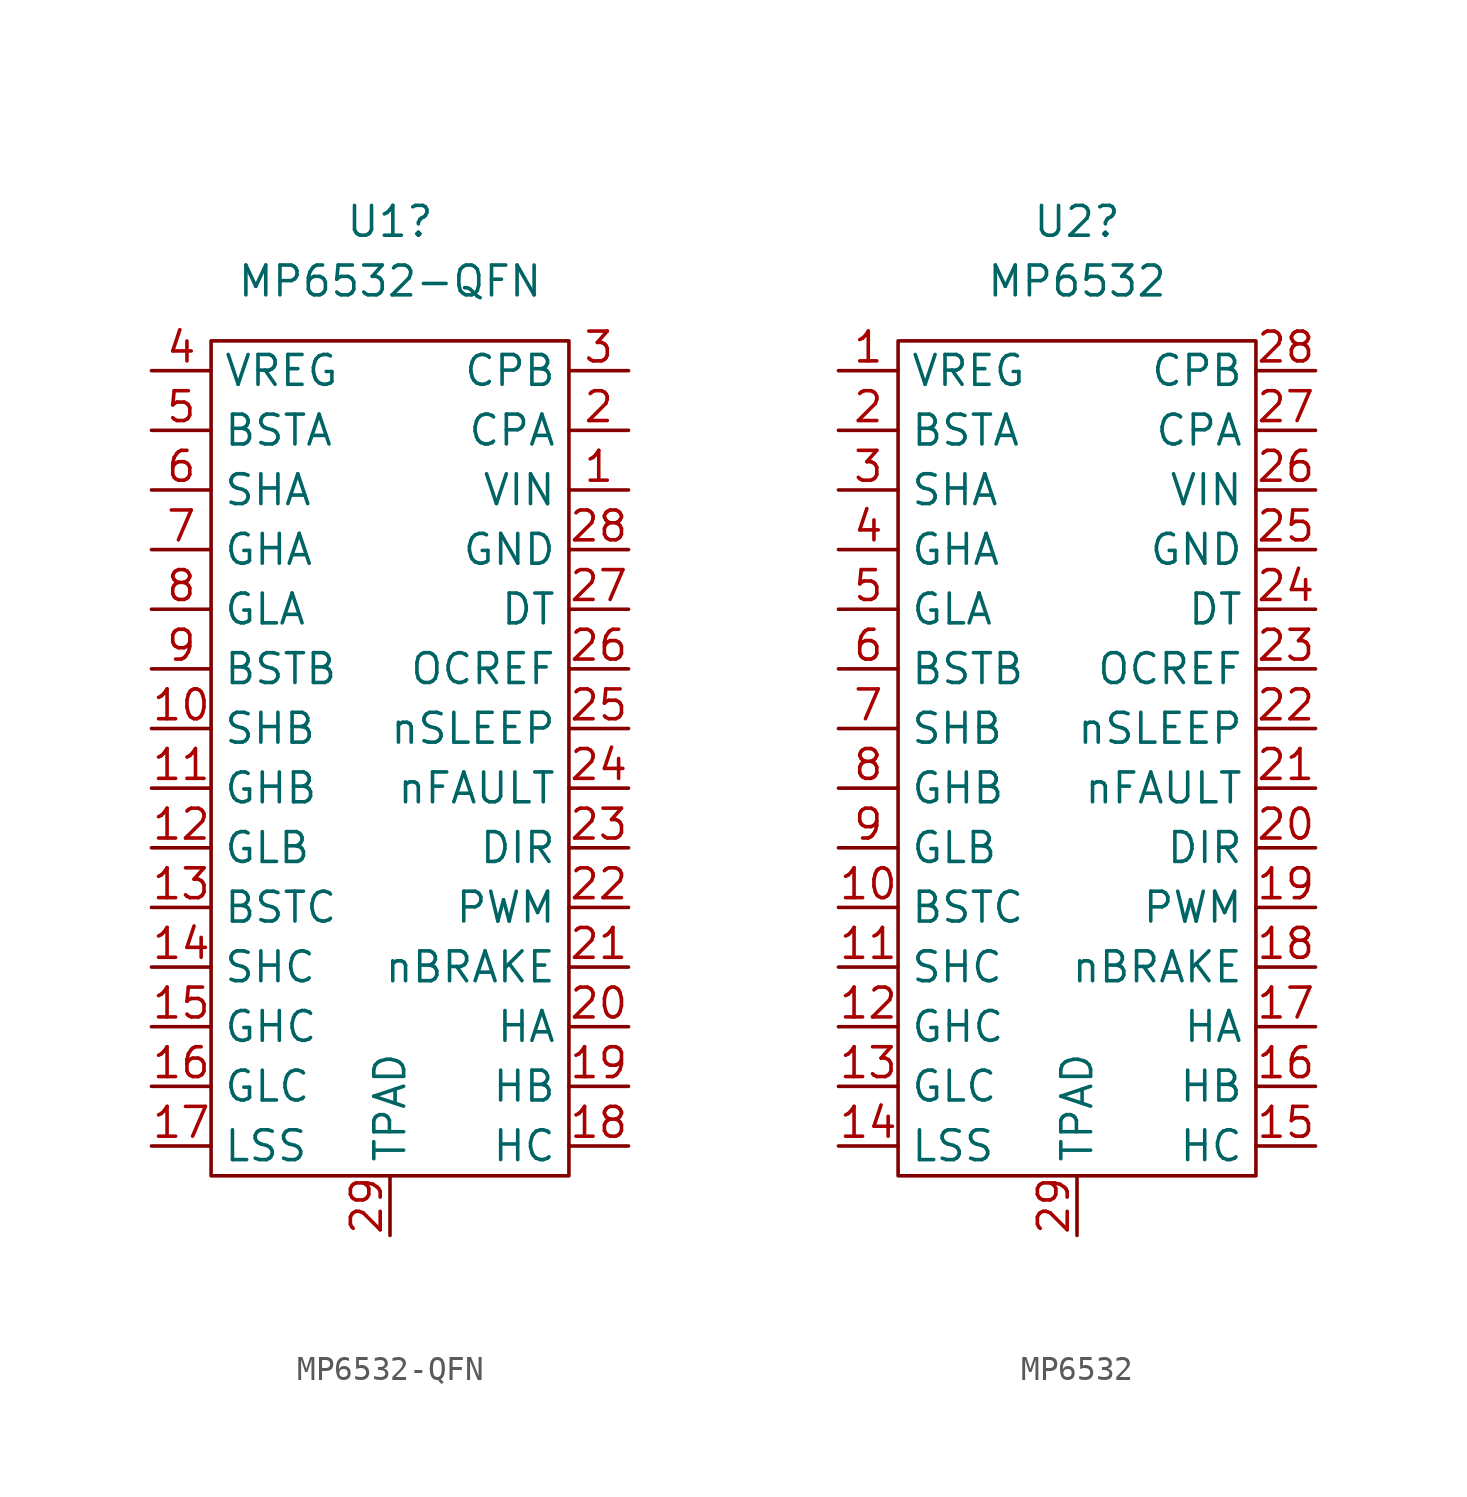
<source format=kicad_sym>
(kicad_symbol_lib
  (version 20211014)
  (generator kicad_symbol_editor)
  (symbol "MP6532-QFN"
    (property "Reference" "U1"
      (at 0 22.86 0)
      (effects (font (size 1.27 1.27))))
    (property "Value" "MP6532-QFN"
      (at 0 20.32 0)
      (effects (font (size 1.27 1.27))))
    (symbol "MP6532-QFN_0_1"
      (rectangle (start -7.62 17.78) (end 7.62 -17.78) (stroke (width 0) (type default) (color 0 0 0 0)) (fill (type none))))
    (symbol "MP6532-QFN_1_1"
      (pin input line (at 10.16 11.43 180) (length 2.54) (name "VIN" (effects (font (size 1.27 1.27)))) (number "1" (effects (font (size 1.27 1.27)))))
      (pin input line (at -10.16 1.27 0) (length 2.54) (name "SHB" (effects (font (size 1.27 1.27)))) (number "10" (effects (font (size 1.27 1.27)))))
      (pin input line (at -10.16 -1.27 0) (length 2.54) (name "GHB" (effects (font (size 1.27 1.27)))) (number "11" (effects (font (size 1.27 1.27)))))
      (pin input line (at -10.16 -3.81 0) (length 2.54) (name "GLB" (effects (font (size 1.27 1.27)))) (number "12" (effects (font (size 1.27 1.27)))))
      (pin input line (at -10.16 -6.35 0) (length 2.54) (name "BSTC" (effects (font (size 1.27 1.27)))) (number "13" (effects (font (size 1.27 1.27)))))
      (pin input line (at -10.16 -8.89 0) (length 2.54) (name "SHC" (effects (font (size 1.27 1.27)))) (number "14" (effects (font (size 1.27 1.27)))))
      (pin input line (at -10.16 -11.43 0) (length 2.54) (name "GHC" (effects (font (size 1.27 1.27)))) (number "15" (effects (font (size 1.27 1.27)))))
      (pin input line (at -10.16 -13.97 0) (length 2.54) (name "GLC" (effects (font (size 1.27 1.27)))) (number "16" (effects (font (size 1.27 1.27)))))
      (pin input line (at -10.16 -16.51 0) (length 2.54) (name "LSS" (effects (font (size 1.27 1.27)))) (number "17" (effects (font (size 1.27 1.27)))))
      (pin input line (at 10.16 -16.51 180) (length 2.54) (name "HC" (effects (font (size 1.27 1.27)))) (number "18" (effects (font (size 1.27 1.27)))))
      (pin input line (at 10.16 -13.97 180) (length 2.54) (name "HB" (effects (font (size 1.27 1.27)))) (number "19" (effects (font (size 1.27 1.27)))))
      (pin input line (at 10.16 13.97 180) (length 2.54) (name "CPA" (effects (font (size 1.27 1.27)))) (number "2" (effects (font (size 1.27 1.27)))))
      (pin input line (at 10.16 -11.43 180) (length 2.54) (name "HA" (effects (font (size 1.27 1.27)))) (number "20" (effects (font (size 1.27 1.27)))))
      (pin input line (at 10.16 -8.89 180) (length 2.54) (name "nBRAKE" (effects (font (size 1.27 1.27)))) (number "21" (effects (font (size 1.27 1.27)))))
      (pin input line (at 10.16 -6.35 180) (length 2.54) (name "PWM" (effects (font (size 1.27 1.27)))) (number "22" (effects (font (size 1.27 1.27)))))
      (pin input line (at 10.16 -3.81 180) (length 2.54) (name "DIR" (effects (font (size 1.27 1.27)))) (number "23" (effects (font (size 1.27 1.27)))))
      (pin input line (at 10.16 -1.27 180) (length 2.54) (name "nFAULT" (effects (font (size 1.27 1.27)))) (number "24" (effects (font (size 1.27 1.27)))))
      (pin input line (at 10.16 1.27 180) (length 2.54) (name "nSLEEP" (effects (font (size 1.27 1.27)))) (number "25" (effects (font (size 1.27 1.27)))))
      (pin input line (at 10.16 3.81 180) (length 2.54) (name "OCREF" (effects (font (size 1.27 1.27)))) (number "26" (effects (font (size 1.27 1.27)))))
      (pin input line (at 10.16 6.35 180) (length 2.54) (name "DT" (effects (font (size 1.27 1.27)))) (number "27" (effects (font (size 1.27 1.27)))))
      (pin input line (at 10.16 8.89 180) (length 2.54) (name "GND" (effects (font (size 1.27 1.27)))) (number "28" (effects (font (size 1.27 1.27)))))
      (pin input line (at 0 -20.32 90) (length 2.54) (name "TPAD" (effects (font (size 1.27 1.27)))) (number "29" (effects (font (size 1.27 1.27)))))
      (pin input line (at 10.16 16.51 180) (length 2.54) (name "CPB" (effects (font (size 1.27 1.27)))) (number "3" (effects (font (size 1.27 1.27)))))
      (pin input line (at -10.16 16.51 0) (length 2.54) (name "VREG" (effects (font (size 1.27 1.27)))) (number "4" (effects (font (size 1.27 1.27)))))
      (pin input line (at -10.16 13.97 0) (length 2.54) (name "BSTA" (effects (font (size 1.27 1.27)))) (number "5" (effects (font (size 1.27 1.27)))))
      (pin input line (at -10.16 11.43 0) (length 2.54) (name "SHA" (effects (font (size 1.27 1.27)))) (number "6" (effects (font (size 1.27 1.27)))))
      (pin input line (at -10.16 8.89 0) (length 2.54) (name "GHA" (effects (font (size 1.27 1.27)))) (number "7" (effects (font (size 1.27 1.27)))))
      (pin input line (at -10.16 6.35 0) (length 2.54) (name "GLA" (effects (font (size 1.27 1.27)))) (number "8" (effects (font (size 1.27 1.27)))))
      (pin input line (at -10.16 3.81 0) (length 2.54) (name "BSTB" (effects (font (size 1.27 1.27)))) (number "9" (effects (font (size 1.27 1.27)))))))
  (symbol "MP6532"
    (property "Reference" "U2"
      (at 0 22.86 0)
      (effects (font (size 1.27 1.27))))
    (property "Value" "MP6532"
      (at 0 20.32 0)
      (effects (font (size 1.27 1.27))))
    (symbol "MP6532_0_1"
      (rectangle (start -7.62 17.78) (end 7.62 -17.78) (stroke (width 0) (type default) (color 0 0 0 0)) (fill (type none))))
    (symbol "MP6532_1_1"
      (pin input line (at -10.16 16.51 0) (length 2.54) (name "VREG" (effects (font (size 1.27 1.27)))) (number "1" (effects (font (size 1.27 1.27)))))
      (pin input line (at -10.16 -6.35 0) (length 2.54) (name "BSTC" (effects (font (size 1.27 1.27)))) (number "10" (effects (font (size 1.27 1.27)))))
      (pin input line (at -10.16 -8.89 0) (length 2.54) (name "SHC" (effects (font (size 1.27 1.27)))) (number "11" (effects (font (size 1.27 1.27)))))
      (pin input line (at -10.16 -11.43 0) (length 2.54) (name "GHC" (effects (font (size 1.27 1.27)))) (number "12" (effects (font (size 1.27 1.27)))))
      (pin input line (at -10.16 -13.97 0) (length 2.54) (name "GLC" (effects (font (size 1.27 1.27)))) (number "13" (effects (font (size 1.27 1.27)))))
      (pin input line (at -10.16 -16.51 0) (length 2.54) (name "LSS" (effects (font (size 1.27 1.27)))) (number "14" (effects (font (size 1.27 1.27)))))
      (pin input line (at 10.16 -16.51 180) (length 2.54) (name "HC" (effects (font (size 1.27 1.27)))) (number "15" (effects (font (size 1.27 1.27)))))
      (pin input line (at 10.16 -13.97 180) (length 2.54) (name "HB" (effects (font (size 1.27 1.27)))) (number "16" (effects (font (size 1.27 1.27)))))
      (pin input line (at 10.16 -11.43 180) (length 2.54) (name "HA" (effects (font (size 1.27 1.27)))) (number "17" (effects (font (size 1.27 1.27)))))
      (pin input line (at 10.16 -8.89 180) (length 2.54) (name "nBRAKE" (effects (font (size 1.27 1.27)))) (number "18" (effects (font (size 1.27 1.27)))))
      (pin input line (at 10.16 -6.35 180) (length 2.54) (name "PWM" (effects (font (size 1.27 1.27)))) (number "19" (effects (font (size 1.27 1.27)))))
      (pin input line (at -10.16 13.97 0) (length 2.54) (name "BSTA" (effects (font (size 1.27 1.27)))) (number "2" (effects (font (size 1.27 1.27)))))
      (pin input line (at 10.16 -3.81 180) (length 2.54) (name "DIR" (effects (font (size 1.27 1.27)))) (number "20" (effects (font (size 1.27 1.27)))))
      (pin input line (at 10.16 -1.27 180) (length 2.54) (name "nFAULT" (effects (font (size 1.27 1.27)))) (number "21" (effects (font (size 1.27 1.27)))))
      (pin input line (at 10.16 1.27 180) (length 2.54) (name "nSLEEP" (effects (font (size 1.27 1.27)))) (number "22" (effects (font (size 1.27 1.27)))))
      (pin input line (at 10.16 3.81 180) (length 2.54) (name "OCREF" (effects (font (size 1.27 1.27)))) (number "23" (effects (font (size 1.27 1.27)))))
      (pin input line (at 10.16 6.35 180) (length 2.54) (name "DT" (effects (font (size 1.27 1.27)))) (number "24" (effects (font (size 1.27 1.27)))))
      (pin input line (at 10.16 8.89 180) (length 2.54) (name "GND" (effects (font (size 1.27 1.27)))) (number "25" (effects (font (size 1.27 1.27)))))
      (pin input line (at 10.16 11.43 180) (length 2.54) (name "VIN" (effects (font (size 1.27 1.27)))) (number "26" (effects (font (size 1.27 1.27)))))
      (pin input line (at 10.16 13.97 180) (length 2.54) (name "CPA" (effects (font (size 1.27 1.27)))) (number "27" (effects (font (size 1.27 1.27)))))
      (pin input line (at 10.16 16.51 180) (length 2.54) (name "CPB" (effects (font (size 1.27 1.27)))) (number "28" (effects (font (size 1.27 1.27)))))
      (pin input line (at 0 -20.32 90) (length 2.54) (name "TPAD" (effects (font (size 1.27 1.27)))) (number "29" (effects (font (size 1.27 1.27)))))
      (pin input line (at -10.16 11.43 0) (length 2.54) (name "SHA" (effects (font (size 1.27 1.27)))) (number "3" (effects (font (size 1.27 1.27)))))
      (pin input line (at -10.16 8.89 0) (length 2.54) (name "GHA" (effects (font (size 1.27 1.27)))) (number "4" (effects (font (size 1.27 1.27)))))
      (pin input line (at -10.16 6.35 0) (length 2.54) (name "GLA" (effects (font (size 1.27 1.27)))) (number "5" (effects (font (size 1.27 1.27)))))
      (pin input line (at -10.16 3.81 0) (length 2.54) (name "BSTB" (effects (font (size 1.27 1.27)))) (number "6" (effects (font (size 1.27 1.27)))))
      (pin input line (at -10.16 1.27 0) (length 2.54) (name "SHB" (effects (font (size 1.27 1.27)))) (number "7" (effects (font (size 1.27 1.27)))))
      (pin input line (at -10.16 -1.27 0) (length 2.54) (name "GHB" (effects (font (size 1.27 1.27)))) (number "8" (effects (font (size 1.27 1.27)))))
      (pin input line (at -10.16 -3.81 0) (length 2.54) (name "GLB" (effects (font (size 1.27 1.27)))) (number "9" (effects (font (size 1.27 1.27))))))))
</source>
